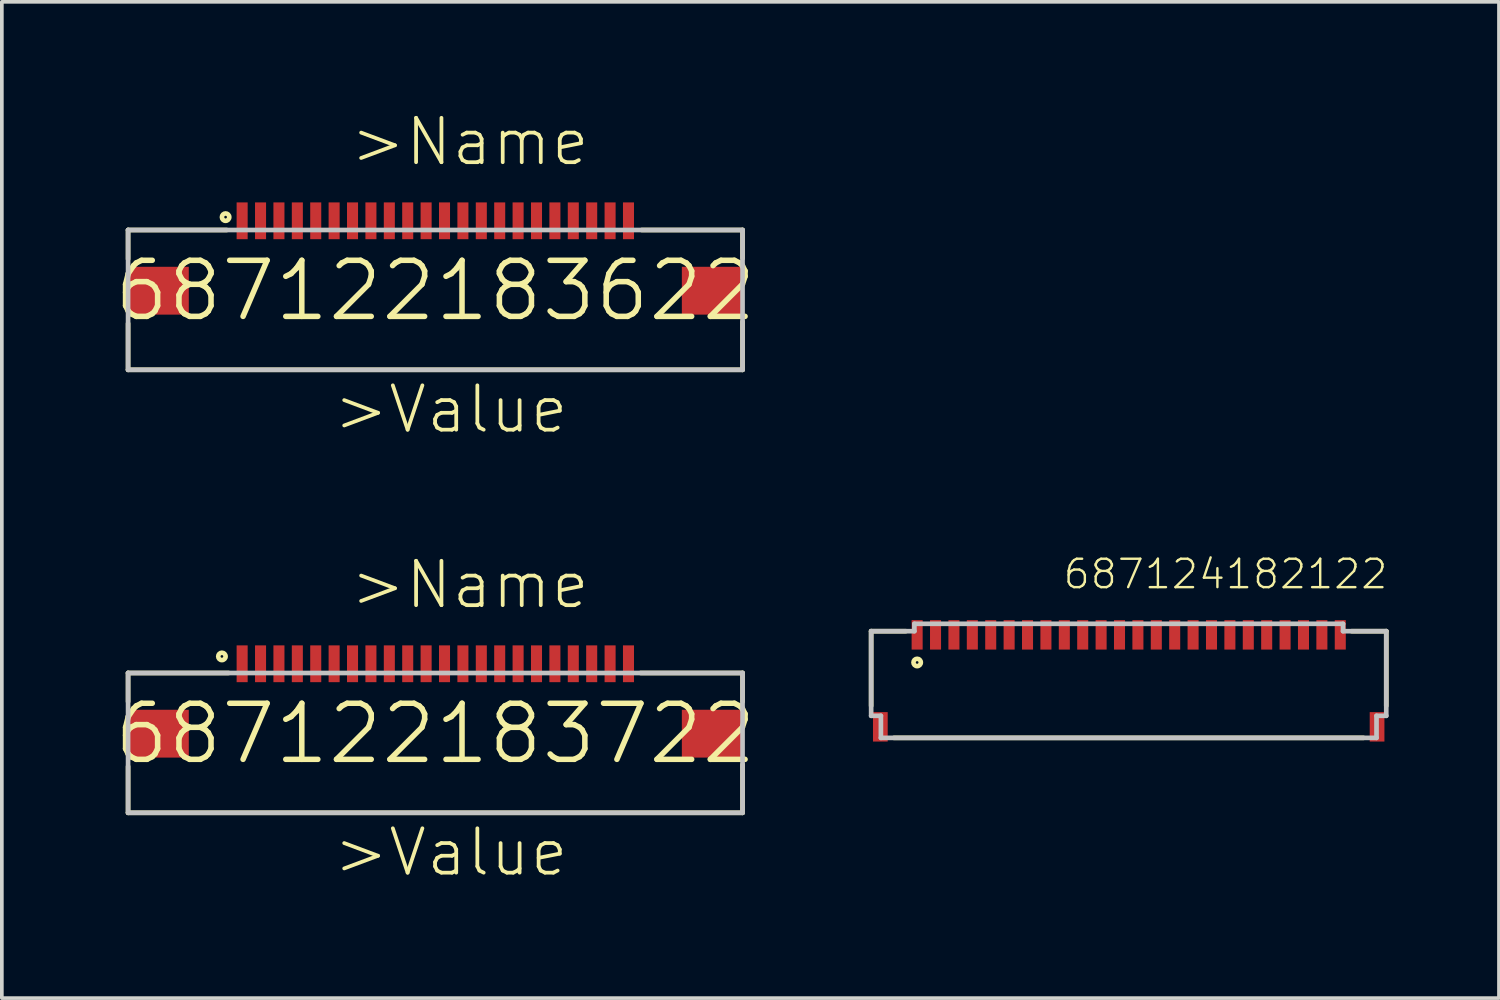
<source format=kicad_pcb>
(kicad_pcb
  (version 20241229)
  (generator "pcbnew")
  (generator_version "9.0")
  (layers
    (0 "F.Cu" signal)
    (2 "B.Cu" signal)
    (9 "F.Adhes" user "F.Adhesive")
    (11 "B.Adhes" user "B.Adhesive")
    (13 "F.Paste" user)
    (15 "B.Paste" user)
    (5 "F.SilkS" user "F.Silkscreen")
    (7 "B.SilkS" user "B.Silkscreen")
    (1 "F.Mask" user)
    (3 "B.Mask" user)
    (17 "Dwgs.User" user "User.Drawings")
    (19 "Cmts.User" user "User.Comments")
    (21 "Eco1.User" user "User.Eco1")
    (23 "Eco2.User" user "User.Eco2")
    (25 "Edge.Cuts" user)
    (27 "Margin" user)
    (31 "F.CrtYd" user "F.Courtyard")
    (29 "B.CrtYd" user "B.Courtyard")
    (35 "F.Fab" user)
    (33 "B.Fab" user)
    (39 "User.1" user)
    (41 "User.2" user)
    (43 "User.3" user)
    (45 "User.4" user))
  (footprint "687124182122"
    (layer "F.Cu")
    (at 27.626 15.454)
    (property "Reference" "687124182122" (at -1.823 -2.449 0) (layer "F.SilkS") (effects (font (size 0.772 0.772) (thickness 0.065)) (justify left bottom)))
    (attr through_hole)
    (fp_line (start -7 -1.35) (end -7 0.68) (stroke (width 0.127) (type solid)) (layer "F.SilkS"))
    (fp_line (start -6.38 1.55) (end 6.38 1.55) (stroke (width 0.127) (type solid)) (layer "F.SilkS"))
    (fp_line (start -6.06 -1.35) (end -7 -1.35) (stroke (width 0.127) (type solid)) (layer "F.SilkS"))
    (fp_line (start 7 -1.35) (end 6.06 -1.35) (stroke (width 0.127) (type solid)) (layer "F.SilkS"))
    (fp_line (start 7 -1.35) (end 7 0.68) (stroke (width 0.127) (type solid)) (layer "F.SilkS"))
    (fp_circle (center -5.75 -0.5) (end -5.65 -0.5) (stroke (width 0.127) (type solid)) (fill no) (layer "F.SilkS"))
    (fp_line (start -7 -1.35) (end -7 0.95) (stroke (width 0.127) (type solid)) (layer "Dwgs.User"))
    (fp_line (start -7 -1.35) (end -5.825 -1.35) (stroke (width 0.127) (type solid)) (layer "Dwgs.User"))
    (fp_line (start -7 0.95) (end -6.735 0.95) (stroke (width 0.127) (type solid)) (layer "Dwgs.User"))
    (fp_line (start -6.735 1.55) (end -6.735 0.95) (stroke (width 0.127) (type solid)) (layer "Dwgs.User"))
    (fp_line (start -6.735 1.55) (end 6.735 1.55) (stroke (width 0.127) (type solid)) (layer "Dwgs.User"))
    (fp_line (start -5.825 -1.55) (end -5.825 -1.35) (stroke (width 0.127) (type solid)) (layer "Dwgs.User"))
    (fp_line (start -5.825 -1.55) (end 5.825 -1.55) (stroke (width 0.127) (type solid)) (layer "Dwgs.User"))
    (fp_line (start 5.825 -1.55) (end 5.825 -1.35) (stroke (width 0.127) (type solid)) (layer "Dwgs.User"))
    (fp_line (start 5.825 -1.35) (end 7 -1.35) (stroke (width 0.127) (type solid)) (layer "Dwgs.User"))
    (fp_line (start 6.735 0.95) (end 7 0.95) (stroke (width 0.127) (type solid)) (layer "Dwgs.User"))
    (fp_line (start 6.735 1.55) (end 6.735 0.95) (stroke (width 0.127) (type solid)) (layer "Dwgs.User"))
    (fp_line (start 7 -1.35) (end 7 0.95) (stroke (width 0.127) (type solid)) (layer "Dwgs.User"))
    (pad "1" smd rect (at -5.75 -1.25 90) (size 0.8 0.3) (layers "F.Cu" "F.Mask" "F.Paste"))
    (pad "2" smd rect (at -5.25 -1.25 90) (size 0.8 0.3) (layers "F.Cu" "F.Mask" "F.Paste"))
    (pad "3" smd rect (at -4.75 -1.25 90) (size 0.8 0.3) (layers "F.Cu" "F.Mask" "F.Paste"))
    (pad "4" smd rect (at -4.25 -1.25 90) (size 0.8 0.3) (layers "F.Cu" "F.Mask" "F.Paste"))
    (pad "5" smd rect (at -3.75 -1.25 90) (size 0.8 0.3) (layers "F.Cu" "F.Mask" "F.Paste"))
    (pad "6" smd rect (at -3.25 -1.25 90) (size 0.8 0.3) (layers "F.Cu" "F.Mask" "F.Paste"))
    (pad "7" smd rect (at -2.75 -1.25 90) (size 0.8 0.3) (layers "F.Cu" "F.Mask" "F.Paste"))
    (pad "8" smd rect (at -2.25 -1.25 90) (size 0.8 0.3) (layers "F.Cu" "F.Mask" "F.Paste"))
    (pad "9" smd rect (at -1.75 -1.25 90) (size 0.8 0.3) (layers "F.Cu" "F.Mask" "F.Paste"))
    (pad "10" smd rect (at -1.25 -1.25 90) (size 0.8 0.3) (layers "F.Cu" "F.Mask" "F.Paste"))
    (pad "11" smd rect (at -0.75 -1.25 90) (size 0.8 0.3) (layers "F.Cu" "F.Mask" "F.Paste"))
    (pad "12" smd rect (at -0.25 -1.25 90) (size 0.8 0.3) (layers "F.Cu" "F.Mask" "F.Paste"))
    (pad "13" smd rect (at 0.25 -1.25 90) (size 0.8 0.3) (layers "F.Cu" "F.Mask" "F.Paste"))
    (pad "14" smd rect (at 0.75 -1.25 90) (size 0.8 0.3) (layers "F.Cu" "F.Mask" "F.Paste"))
    (pad "15" smd rect (at 1.25 -1.25 90) (size 0.8 0.3) (layers "F.Cu" "F.Mask" "F.Paste"))
    (pad "16" smd rect (at 1.75 -1.25 90) (size 0.8 0.3) (layers "F.Cu" "F.Mask" "F.Paste"))
    (pad "17" smd rect (at 2.25 -1.25 90) (size 0.8 0.3) (layers "F.Cu" "F.Mask" "F.Paste"))
    (pad "18" smd rect (at 2.75 -1.25 90) (size 0.8 0.3) (layers "F.Cu" "F.Mask" "F.Paste"))
    (pad "19" smd rect (at 3.25 -1.25 90) (size 0.8 0.3) (layers "F.Cu" "F.Mask" "F.Paste"))
    (pad "20" smd rect (at 3.75 -1.25 90) (size 0.8 0.3) (layers "F.Cu" "F.Mask" "F.Paste"))
    (pad "21" smd rect (at 4.25 -1.25 90) (size 0.8 0.3) (layers "F.Cu" "F.Mask" "F.Paste"))
    (pad "22" smd rect (at 4.75 -1.25 90) (size 0.8 0.3) (layers "F.Cu" "F.Mask" "F.Paste"))
    (pad "23" smd rect (at 5.25 -1.25 90) (size 0.8 0.3) (layers "F.Cu" "F.Mask" "F.Paste"))
    (pad "24" smd rect (at 5.75 -1.25 90) (size 0.8 0.3) (layers "F.Cu" "F.Mask" "F.Paste"))
    (pad "Z1" smd rect (at -6.75 1.25 90) (size 0.8 0.4) (layers "F.Cu" "F.Mask" "F.Paste"))
    (pad "Z2" smd rect (at 6.75 1.25 90) (size 0.8 0.4) (layers "F.Cu" "F.Mask" "F.Paste")))
  (footprint "687122183622"
    (layer "F.Cu")
    (at 8.781 4.851)
    (property "Reference" "687122183622" (at 0 0 0) (layer "F.SilkS") (effects (font (size 1.524 1.524) (thickness 0.15))))
    (attr through_hole)
    (fp_line (start -8.35 -1.65) (end -8.35 -0.86) (stroke (width 0.127) (type solid)) (layer "F.SilkS"))
    (fp_line (start -8.35 0.89) (end -8.35 2.15) (stroke (width 0.127) (type solid)) (layer "F.SilkS"))
    (fp_line (start -8.35 2.15) (end 8.35 2.15) (stroke (width 0.127) (type solid)) (layer "F.SilkS"))
    (fp_line (start -5.67 -1.65) (end -8.35 -1.65) (stroke (width 0.127) (type solid)) (layer "F.SilkS"))
    (fp_line (start 5.61 -1.65) (end 8.35 -1.65) (stroke (width 0.127) (type solid)) (layer "F.SilkS"))
    (fp_line (start 8.35 -1.65) (end 8.35 -0.88) (stroke (width 0.127) (type solid)) (layer "F.SilkS"))
    (fp_line (start 8.35 2.15) (end 8.35 0.84) (stroke (width 0.127) (type solid)) (layer "F.SilkS"))
    (fp_circle (center -5.7 -2) (end -5.6 -2) (stroke (width 0.127) (type solid)) (fill no) (layer "F.SilkS"))
    (fp_line (start -8.35 -1.65) (end 8.35 -1.65) (stroke (width 0.127) (type solid)) (layer "Dwgs.User"))
    (fp_line (start -8.35 2.15) (end -8.35 -1.65) (stroke (width 0.127) (type solid)) (layer "Dwgs.User"))
    (fp_line (start 8.35 -1.65) (end 8.35 2.15) (stroke (width 0.127) (type solid)) (layer "Dwgs.User"))
    (fp_line (start 8.35 2.15) (end -8.35 2.15) (stroke (width 0.127) (type solid)) (layer "Dwgs.User"))
    (fp_text user ">Name" (at -2.37 -3.34 0) (layer "F.SilkS") (effects (font (size 1.206 1.206) (thickness 0.102)) (justify left bottom)))
    (fp_text user ">Value" (at -2.83 3.93 0) (layer "F.SilkS") (effects (font (size 1.206 1.206) (thickness 0.102)) (justify left bottom)))
    (pad "1" smd rect (at -5.25 -1.9 90) (size 1 0.3) (layers "F.Cu" "F.Mask" "F.Paste"))
    (pad "2" smd rect (at -4.75 -1.9 90) (size 1 0.3) (layers "F.Cu" "F.Mask" "F.Paste"))
    (pad "3" smd rect (at -4.25 -1.9 90) (size 1 0.3) (layers "F.Cu" "F.Mask" "F.Paste"))
    (pad "4" smd rect (at -3.75 -1.9 90) (size 1 0.3) (layers "F.Cu" "F.Mask" "F.Paste"))
    (pad "5" smd rect (at -3.25 -1.9 90) (size 1 0.3) (layers "F.Cu" "F.Mask" "F.Paste"))
    (pad "6" smd rect (at -2.75 -1.9 90) (size 1 0.3) (layers "F.Cu" "F.Mask" "F.Paste"))
    (pad "7" smd rect (at -2.25 -1.9 90) (size 1 0.3) (layers "F.Cu" "F.Mask" "F.Paste"))
    (pad "8" smd rect (at -1.75 -1.9 90) (size 1 0.3) (layers "F.Cu" "F.Mask" "F.Paste"))
    (pad "9" smd rect (at -1.25 -1.9 90) (size 1 0.3) (layers "F.Cu" "F.Mask" "F.Paste"))
    (pad "10" smd rect (at -0.75 -1.9 90) (size 1 0.3) (layers "F.Cu" "F.Mask" "F.Paste"))
    (pad "11" smd rect (at -0.25 -1.9 90) (size 1 0.3) (layers "F.Cu" "F.Mask" "F.Paste"))
    (pad "12" smd rect (at 0.25 -1.9 90) (size 1 0.3) (layers "F.Cu" "F.Mask" "F.Paste"))
    (pad "13" smd rect (at 0.75 -1.9 90) (size 1 0.3) (layers "F.Cu" "F.Mask" "F.Paste"))
    (pad "14" smd rect (at 1.25 -1.9 90) (size 1 0.3) (layers "F.Cu" "F.Mask" "F.Paste"))
    (pad "15" smd rect (at 1.75 -1.9 90) (size 1 0.3) (layers "F.Cu" "F.Mask" "F.Paste"))
    (pad "16" smd rect (at 2.25 -1.9 90) (size 1 0.3) (layers "F.Cu" "F.Mask" "F.Paste"))
    (pad "17" smd rect (at 2.75 -1.9 90) (size 1 0.3) (layers "F.Cu" "F.Mask" "F.Paste"))
    (pad "18" smd rect (at 3.25 -1.9 90) (size 1 0.3) (layers "F.Cu" "F.Mask" "F.Paste"))
    (pad "19" smd rect (at 3.75 -1.9 90) (size 1 0.3) (layers "F.Cu" "F.Mask" "F.Paste"))
    (pad "20" smd rect (at 4.25 -1.9 90) (size 1 0.3) (layers "F.Cu" "F.Mask" "F.Paste"))
    (pad "21" smd rect (at 4.75 -1.9 90) (size 1 0.3) (layers "F.Cu" "F.Mask" "F.Paste"))
    (pad "22" smd rect (at 5.25 -1.9 90) (size 1 0.3) (layers "F.Cu" "F.Mask" "F.Paste"))
    (pad "Z1" smd rect (at -7.525 0) (size 1.65 1.3) (layers "F.Cu" "F.Mask" "F.Paste"))
    (pad "Z2" smd rect (at 7.525 0) (size 1.65 1.3) (layers "F.Cu" "F.Mask" "F.Paste")))
  (footprint "687122183722"
    (layer "F.Cu")
    (at 8.781 16.89)
    (property "Reference" "687122183722" (at 0 0 0) (layer "F.SilkS") (effects (font (size 1.524 1.524) (thickness 0.15))))
    (attr through_hole)
    (fp_line (start -8.35 -1.65) (end -8.35 -0.87) (stroke (width 0.127) (type solid)) (layer "F.SilkS"))
    (fp_line (start -8.35 0.89) (end -8.35 2.15) (stroke (width 0.127) (type solid)) (layer "F.SilkS"))
    (fp_line (start -8.35 2.15) (end 8.35 2.15) (stroke (width 0.127) (type solid)) (layer "F.SilkS"))
    (fp_line (start -5.62 -1.65) (end -8.35 -1.65) (stroke (width 0.127) (type solid)) (layer "F.SilkS"))
    (fp_line (start 5.58 -1.65) (end 8.35 -1.65) (stroke (width 0.127) (type solid)) (layer "F.SilkS"))
    (fp_line (start 8.35 -1.65) (end 8.35 -0.87) (stroke (width 0.127) (type solid)) (layer "F.SilkS"))
    (fp_line (start 8.35 2.15) (end 8.35 0.84) (stroke (width 0.127) (type solid)) (layer "F.SilkS"))
    (fp_circle (center -5.8 -2.1) (end -5.7 -2.1) (stroke (width 0.127) (type solid)) (fill no) (layer "F.SilkS"))
    (fp_line (start -8.35 -1.65) (end 8.35 -1.65) (stroke (width 0.127) (type solid)) (layer "Dwgs.User"))
    (fp_line (start -8.35 2.15) (end -8.35 -1.65) (stroke (width 0.127) (type solid)) (layer "Dwgs.User"))
    (fp_line (start 8.35 -1.65) (end 8.35 2.15) (stroke (width 0.127) (type solid)) (layer "Dwgs.User"))
    (fp_line (start 8.35 2.15) (end -8.35 2.15) (stroke (width 0.127) (type solid)) (layer "Dwgs.User"))
    (fp_text user ">Value" (at -2.83 3.93 0) (layer "F.SilkS") (effects (font (size 1.206 1.206) (thickness 0.102)) (justify left bottom)))
    (fp_text user ">Name" (at -2.37 -3.34 0) (layer "F.SilkS") (effects (font (size 1.206 1.206) (thickness 0.102)) (justify left bottom)))
    (pad "1" smd rect (at -5.25 -1.9 90) (size 1 0.3) (layers "F.Cu" "F.Mask" "F.Paste"))
    (pad "2" smd rect (at -4.75 -1.9 90) (size 1 0.3) (layers "F.Cu" "F.Mask" "F.Paste"))
    (pad "3" smd rect (at -4.25 -1.9 90) (size 1 0.3) (layers "F.Cu" "F.Mask" "F.Paste"))
    (pad "4" smd rect (at -3.75 -1.9 90) (size 1 0.3) (layers "F.Cu" "F.Mask" "F.Paste"))
    (pad "5" smd rect (at -3.25 -1.9 90) (size 1 0.3) (layers "F.Cu" "F.Mask" "F.Paste"))
    (pad "6" smd rect (at -2.75 -1.9 90) (size 1 0.3) (layers "F.Cu" "F.Mask" "F.Paste"))
    (pad "7" smd rect (at -2.25 -1.9 90) (size 1 0.3) (layers "F.Cu" "F.Mask" "F.Paste"))
    (pad "8" smd rect (at -1.75 -1.9 90) (size 1 0.3) (layers "F.Cu" "F.Mask" "F.Paste"))
    (pad "9" smd rect (at -1.25 -1.9 90) (size 1 0.3) (layers "F.Cu" "F.Mask" "F.Paste"))
    (pad "10" smd rect (at -0.75 -1.9 90) (size 1 0.3) (layers "F.Cu" "F.Mask" "F.Paste"))
    (pad "11" smd rect (at -0.25 -1.9 90) (size 1 0.3) (layers "F.Cu" "F.Mask" "F.Paste"))
    (pad "12" smd rect (at 0.25 -1.9 90) (size 1 0.3) (layers "F.Cu" "F.Mask" "F.Paste"))
    (pad "13" smd rect (at 0.75 -1.9 90) (size 1 0.3) (layers "F.Cu" "F.Mask" "F.Paste"))
    (pad "14" smd rect (at 1.25 -1.9 90) (size 1 0.3) (layers "F.Cu" "F.Mask" "F.Paste"))
    (pad "15" smd rect (at 1.75 -1.9 90) (size 1 0.3) (layers "F.Cu" "F.Mask" "F.Paste"))
    (pad "16" smd rect (at 2.25 -1.9 90) (size 1 0.3) (layers "F.Cu" "F.Mask" "F.Paste"))
    (pad "17" smd rect (at 2.75 -1.9 90) (size 1 0.3) (layers "F.Cu" "F.Mask" "F.Paste"))
    (pad "18" smd rect (at 3.25 -1.9 90) (size 1 0.3) (layers "F.Cu" "F.Mask" "F.Paste"))
    (pad "19" smd rect (at 3.75 -1.9 90) (size 1 0.3) (layers "F.Cu" "F.Mask" "F.Paste"))
    (pad "20" smd rect (at 4.25 -1.9 90) (size 1 0.3) (layers "F.Cu" "F.Mask" "F.Paste"))
    (pad "21" smd rect (at 4.75 -1.9 90) (size 1 0.3) (layers "F.Cu" "F.Mask" "F.Paste"))
    (pad "22" smd rect (at 5.25 -1.9 90) (size 1 0.3) (layers "F.Cu" "F.Mask" "F.Paste"))
    (pad "Z1" smd rect (at -7.525 0) (size 1.65 1.3) (layers "F.Cu" "F.Mask" "F.Paste"))
    (pad "Z2" smd rect (at 7.525 0) (size 1.65 1.3) (layers "F.Cu" "F.Mask" "F.Paste")))
  (gr_rect
    (start -3 -3)
    (end 37.689 24.076)
    (stroke (width 0.1) (type default))
    (fill no)
    (layer "Edge.Cuts")))
</source>
